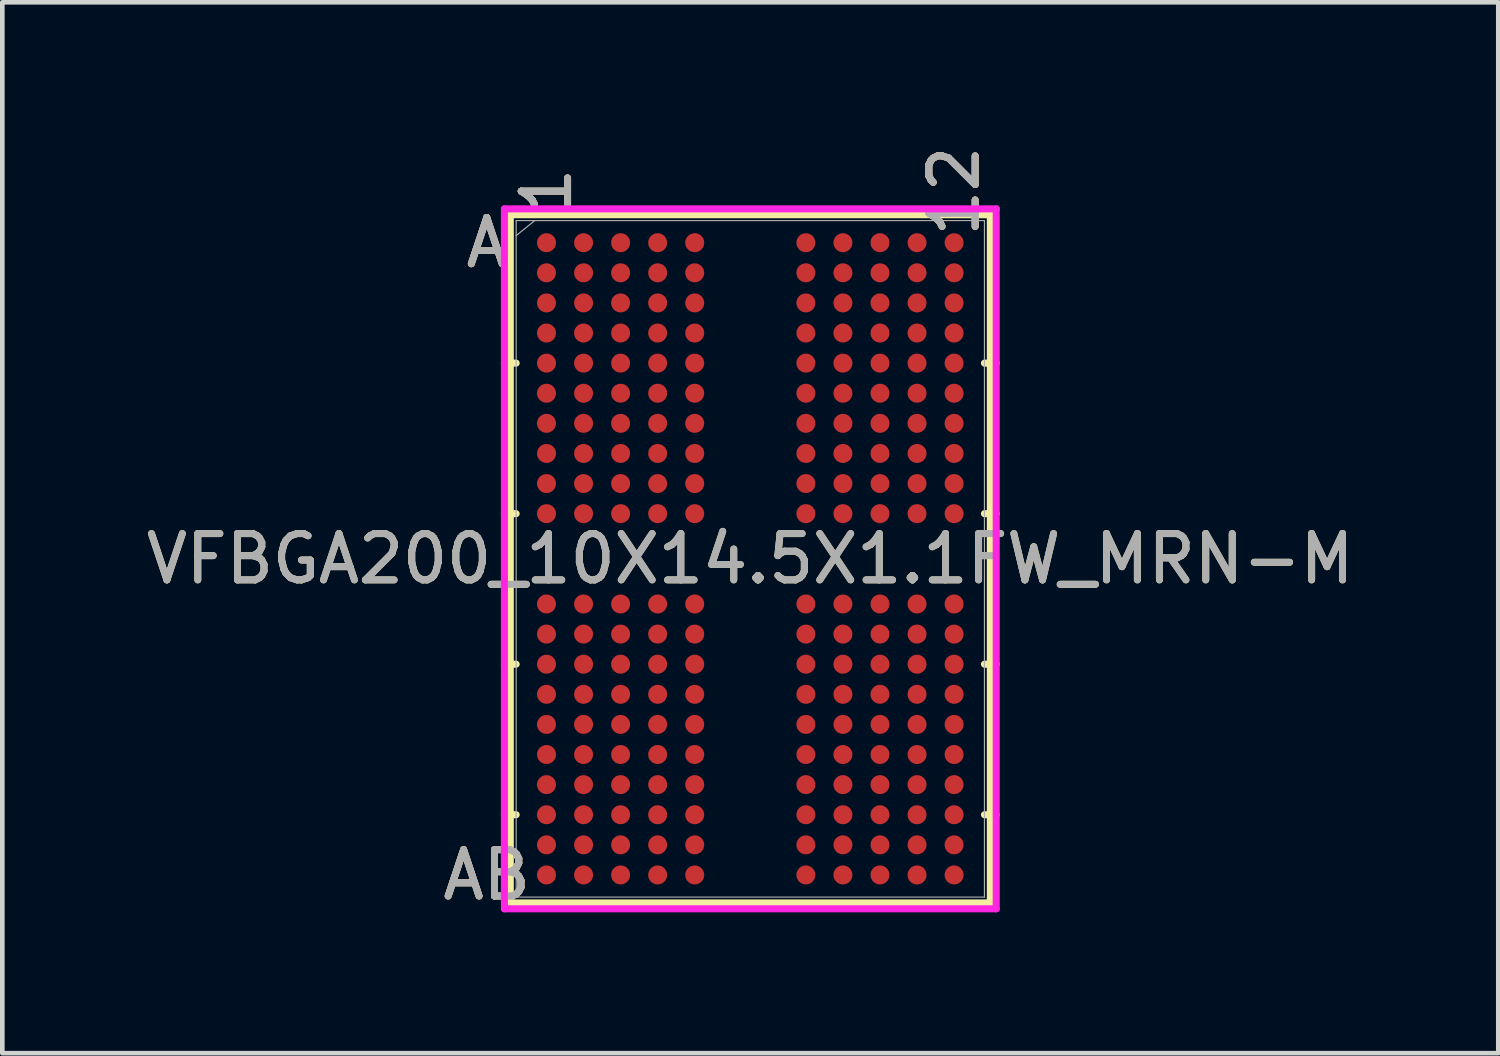
<source format=kicad_pcb>
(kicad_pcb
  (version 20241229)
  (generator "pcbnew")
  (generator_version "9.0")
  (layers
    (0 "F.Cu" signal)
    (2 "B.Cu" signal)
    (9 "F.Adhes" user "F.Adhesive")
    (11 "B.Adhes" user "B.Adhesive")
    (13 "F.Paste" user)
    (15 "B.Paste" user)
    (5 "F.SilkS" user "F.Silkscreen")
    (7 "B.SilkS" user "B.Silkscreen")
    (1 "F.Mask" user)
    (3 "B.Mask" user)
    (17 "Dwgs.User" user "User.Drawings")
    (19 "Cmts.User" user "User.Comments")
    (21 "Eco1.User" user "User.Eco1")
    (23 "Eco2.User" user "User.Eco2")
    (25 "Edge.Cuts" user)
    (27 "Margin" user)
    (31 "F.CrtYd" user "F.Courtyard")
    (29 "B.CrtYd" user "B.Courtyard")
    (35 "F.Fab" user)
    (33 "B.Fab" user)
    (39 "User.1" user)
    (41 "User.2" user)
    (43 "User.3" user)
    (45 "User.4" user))
  (footprint "VFBGA200_10X14.5X1.1FW_MRN-M"
    (layer "F.Cu")
    (at 13.149 9.015)
    (property "Reference" "VFBGA200_10X14.5X1.1FW_MRN-M" (at 0 0 0) (unlocked yes) (layer "F.SilkS") (effects (font (size 1 1) (thickness 0.15))))
    (attr smd)
    (fp_line (start -5.182 -7.429) (end -5.182 7.429) (stroke (width 0.152) (type solid)) (layer "F.SilkS"))
    (fp_line (start -5.182 7.429) (end 5.182 7.429) (stroke (width 0.152) (type solid)) (layer "F.SilkS"))
    (fp_line (start -5.055 -4.225) (end -5.309 -4.225) (stroke (width 0.152) (type solid)) (layer "F.SilkS"))
    (fp_line (start -5.055 -0.975) (end -5.309 -0.975) (stroke (width 0.152) (type solid)) (layer "F.SilkS"))
    (fp_line (start -5.055 2.275) (end -5.309 2.275) (stroke (width 0.152) (type solid)) (layer "F.SilkS"))
    (fp_line (start -5.055 5.525) (end -5.309 5.525) (stroke (width 0.152) (type solid)) (layer "F.SilkS"))
    (fp_line (start 5.055 -4.225) (end 5.309 -4.225) (stroke (width 0.152) (type solid)) (layer "F.SilkS"))
    (fp_line (start 5.055 -0.975) (end 5.309 -0.975) (stroke (width 0.152) (type solid)) (layer "F.SilkS"))
    (fp_line (start 5.055 2.275) (end 5.309 2.275) (stroke (width 0.152) (type solid)) (layer "F.SilkS"))
    (fp_line (start 5.055 5.525) (end 5.309 5.525) (stroke (width 0.152) (type solid)) (layer "F.SilkS"))
    (fp_line (start 5.182 -7.429) (end -5.182 -7.429) (stroke (width 0.152) (type solid)) (layer "F.SilkS"))
    (fp_line (start 5.182 7.429) (end 5.182 -7.429) (stroke (width 0.152) (type solid)) (layer "F.SilkS"))
    (fp_poly (pts (xy -5.245 -7.595) (xy 5.245 -7.595) (xy 5.245 7.595) (xy -5.245 7.595)) (stroke (width 0.1) (type solid)) (fill no) (layer "Eco2.User"))
    (fp_line (start -5.309 -7.556) (end 5.309 -7.556) (stroke (width 0.152) (type solid)) (layer "F.CrtYd"))
    (fp_line (start -5.309 7.556) (end -5.309 -7.556) (stroke (width 0.152) (type solid)) (layer "F.CrtYd"))
    (fp_line (start 5.309 -7.556) (end 5.309 7.556) (stroke (width 0.152) (type solid)) (layer "F.CrtYd"))
    (fp_line (start 5.309 7.556) (end -5.309 7.556) (stroke (width 0.152) (type solid)) (layer "F.CrtYd"))
    (fp_line (start -5.055 -7.303) (end -5.055 7.303) (stroke (width 0.025) (type solid)) (layer "F.Fab"))
    (fp_line (start -5.055 7.303) (end 5.055 7.303) (stroke (width 0.025) (type solid)) (layer "F.Fab"))
    (fp_line (start -4.655 -7.303) (end -5.055 -6.978) (stroke (width 0.025) (type solid)) (layer "F.Fab"))
    (fp_line (start 5.055 -7.303) (end -5.055 -7.303) (stroke (width 0.025) (type solid)) (layer "F.Fab"))
    (fp_line (start 5.055 7.303) (end 5.055 -7.303) (stroke (width 0.025) (type solid)) (layer "F.Fab"))
    (fp_text user "A" (at -5.69 -6.825 0) (unlocked yes) (layer "F.SilkS") (effects (font (size 1 1) (thickness 0.15))))
    (fp_text user "AB" (at -5.69 6.825 0) (unlocked yes) (layer "F.SilkS") (effects (font (size 1 1) (thickness 0.15))))
    (fp_text user "12" (at 4.4 -7.938 90) (unlocked yes) (layer "F.SilkS") (effects (font (size 1 1) (thickness 0.15))))
    (fp_text user "1" (at -4.4 -7.938 90) (unlocked yes) (layer "F.SilkS") (effects (font (size 1 1) (thickness 0.15))))
    (fp_text user "1" (at -4.4 -7.938 90) (unlocked yes) (layer "B.SilkS") (effects (font (size 1 1) (thickness 0.15))))
    (fp_text user "12" (at 4.4 -7.938 90) (unlocked yes) (layer "B.SilkS") (effects (font (size 1 1) (thickness 0.15))))
    (fp_text user "AB" (at -5.69 6.825 0) (unlocked yes) (layer "B.SilkS") (effects (font (size 1 1) (thickness 0.15))))
    (fp_text user "A" (at -5.69 -6.825 0) (unlocked yes) (layer "B.SilkS") (effects (font (size 1 1) (thickness 0.15))))
    (fp_text user "A" (at -5.69 -6.825 0) (unlocked yes) (layer "F.Fab") (effects (font (size 1 1) (thickness 0.15))))
    (fp_text user "${REFERENCE}" (at 0 0 0) (unlocked yes) (layer "F.Fab") (effects (font (size 1 1) (thickness 0.15))))
    (fp_text user "AB" (at -5.69 6.825 0) (unlocked yes) (layer "F.Fab") (effects (font (size 1 1) (thickness 0.15))))
    (fp_text user "12" (at 4.4 -7.938 90) (unlocked yes) (layer "F.Fab") (effects (font (size 1 1) (thickness 0.15))))
    (fp_text user "1" (at -4.4 -7.938 90) (unlocked yes) (layer "F.Fab") (effects (font (size 1 1) (thickness 0.15))))
    (pad "A1" smd circle (at -4.4 -6.825) (size 0.41 0.41) (layers "F.Cu" "F.Mask" "F.Paste"))
    (pad "A2" smd circle (at -3.6 -6.825) (size 0.41 0.41) (layers "F.Cu" "F.Mask" "F.Paste"))
    (pad "A3" smd circle (at -2.8 -6.825) (size 0.41 0.41) (layers "F.Cu" "F.Mask" "F.Paste"))
    (pad "A4" smd circle (at -2 -6.825) (size 0.41 0.41) (layers "F.Cu" "F.Mask" "F.Paste"))
    (pad "A5" smd circle (at -1.2 -6.825) (size 0.41 0.41) (layers "F.Cu" "F.Mask" "F.Paste"))
    (pad "A8" smd circle (at 1.2 -6.825) (size 0.41 0.41) (layers "F.Cu" "F.Mask" "F.Paste"))
    (pad "A9" smd circle (at 2 -6.825) (size 0.41 0.41) (layers "F.Cu" "F.Mask" "F.Paste"))
    (pad "A10" smd circle (at 2.8 -6.825) (size 0.41 0.41) (layers "F.Cu" "F.Mask" "F.Paste"))
    (pad "A11" smd circle (at 3.6 -6.825) (size 0.41 0.41) (layers "F.Cu" "F.Mask" "F.Paste"))
    (pad "A12" smd circle (at 4.4 -6.825) (size 0.41 0.41) (layers "F.Cu" "F.Mask" "F.Paste"))
    (pad "AA1" smd circle (at -4.4 6.175) (size 0.41 0.41) (layers "F.Cu" "F.Mask" "F.Paste"))
    (pad "AA2" smd circle (at -3.6 6.175) (size 0.41 0.41) (layers "F.Cu" "F.Mask" "F.Paste"))
    (pad "AA3" smd circle (at -2.8 6.175) (size 0.41 0.41) (layers "F.Cu" "F.Mask" "F.Paste"))
    (pad "AA4" smd circle (at -2 6.175) (size 0.41 0.41) (layers "F.Cu" "F.Mask" "F.Paste"))
    (pad "AA5" smd circle (at -1.2 6.175) (size 0.41 0.41) (layers "F.Cu" "F.Mask" "F.Paste"))
    (pad "AA8" smd circle (at 1.2 6.175) (size 0.41 0.41) (layers "F.Cu" "F.Mask" "F.Paste"))
    (pad "AA9" smd circle (at 2 6.175) (size 0.41 0.41) (layers "F.Cu" "F.Mask" "F.Paste"))
    (pad "AA10" smd circle (at 2.8 6.175) (size 0.41 0.41) (layers "F.Cu" "F.Mask" "F.Paste"))
    (pad "AA11" smd circle (at 3.6 6.175) (size 0.41 0.41) (layers "F.Cu" "F.Mask" "F.Paste"))
    (pad "AA12" smd circle (at 4.4 6.175) (size 0.41 0.41) (layers "F.Cu" "F.Mask" "F.Paste"))
    (pad "AB1" smd circle (at -4.4 6.825) (size 0.41 0.41) (layers "F.Cu" "F.Mask" "F.Paste"))
    (pad "AB2" smd circle (at -3.6 6.825) (size 0.41 0.41) (layers "F.Cu" "F.Mask" "F.Paste"))
    (pad "AB3" smd circle (at -2.8 6.825) (size 0.41 0.41) (layers "F.Cu" "F.Mask" "F.Paste"))
    (pad "AB4" smd circle (at -2 6.825) (size 0.41 0.41) (layers "F.Cu" "F.Mask" "F.Paste"))
    (pad "AB5" smd circle (at -1.2 6.825) (size 0.41 0.41) (layers "F.Cu" "F.Mask" "F.Paste"))
    (pad "AB8" smd circle (at 1.2 6.825) (size 0.41 0.41) (layers "F.Cu" "F.Mask" "F.Paste"))
    (pad "AB9" smd circle (at 2 6.825) (size 0.41 0.41) (layers "F.Cu" "F.Mask" "F.Paste"))
    (pad "AB10" smd circle (at 2.8 6.825) (size 0.41 0.41) (layers "F.Cu" "F.Mask" "F.Paste"))
    (pad "AB11" smd circle (at 3.6 6.825) (size 0.41 0.41) (layers "F.Cu" "F.Mask" "F.Paste"))
    (pad "AB12" smd circle (at 4.4 6.825) (size 0.41 0.41) (layers "F.Cu" "F.Mask" "F.Paste"))
    (pad "B1" smd circle (at -4.4 -6.175) (size 0.41 0.41) (layers "F.Cu" "F.Mask" "F.Paste"))
    (pad "B2" smd circle (at -3.6 -6.175) (size 0.41 0.41) (layers "F.Cu" "F.Mask" "F.Paste"))
    (pad "B3" smd circle (at -2.8 -6.175) (size 0.41 0.41) (layers "F.Cu" "F.Mask" "F.Paste"))
    (pad "B4" smd circle (at -2 -6.175) (size 0.41 0.41) (layers "F.Cu" "F.Mask" "F.Paste"))
    (pad "B5" smd circle (at -1.2 -6.175) (size 0.41 0.41) (layers "F.Cu" "F.Mask" "F.Paste"))
    (pad "B8" smd circle (at 1.2 -6.175) (size 0.41 0.41) (layers "F.Cu" "F.Mask" "F.Paste"))
    (pad "B9" smd circle (at 2 -6.175) (size 0.41 0.41) (layers "F.Cu" "F.Mask" "F.Paste"))
    (pad "B10" smd circle (at 2.8 -6.175) (size 0.41 0.41) (layers "F.Cu" "F.Mask" "F.Paste"))
    (pad "B11" smd circle (at 3.6 -6.175) (size 0.41 0.41) (layers "F.Cu" "F.Mask" "F.Paste"))
    (pad "B12" smd circle (at 4.4 -6.175) (size 0.41 0.41) (layers "F.Cu" "F.Mask" "F.Paste"))
    (pad "C1" smd circle (at -4.4 -5.525) (size 0.41 0.41) (layers "F.Cu" "F.Mask" "F.Paste"))
    (pad "C2" smd circle (at -3.6 -5.525) (size 0.41 0.41) (layers "F.Cu" "F.Mask" "F.Paste"))
    (pad "C3" smd circle (at -2.8 -5.525) (size 0.41 0.41) (layers "F.Cu" "F.Mask" "F.Paste"))
    (pad "C4" smd circle (at -2 -5.525) (size 0.41 0.41) (layers "F.Cu" "F.Mask" "F.Paste"))
    (pad "C5" smd circle (at -1.2 -5.525) (size 0.41 0.41) (layers "F.Cu" "F.Mask" "F.Paste"))
    (pad "C8" smd circle (at 1.2 -5.525) (size 0.41 0.41) (layers "F.Cu" "F.Mask" "F.Paste"))
    (pad "C9" smd circle (at 2 -5.525) (size 0.41 0.41) (layers "F.Cu" "F.Mask" "F.Paste"))
    (pad "C10" smd circle (at 2.8 -5.525) (size 0.41 0.41) (layers "F.Cu" "F.Mask" "F.Paste"))
    (pad "C11" smd circle (at 3.6 -5.525) (size 0.41 0.41) (layers "F.Cu" "F.Mask" "F.Paste"))
    (pad "C12" smd circle (at 4.4 -5.525) (size 0.41 0.41) (layers "F.Cu" "F.Mask" "F.Paste"))
    (pad "D1" smd circle (at -4.4 -4.875) (size 0.41 0.41) (layers "F.Cu" "F.Mask" "F.Paste"))
    (pad "D2" smd circle (at -3.6 -4.875) (size 0.41 0.41) (layers "F.Cu" "F.Mask" "F.Paste"))
    (pad "D3" smd circle (at -2.8 -4.875) (size 0.41 0.41) (layers "F.Cu" "F.Mask" "F.Paste"))
    (pad "D4" smd circle (at -2 -4.875) (size 0.41 0.41) (layers "F.Cu" "F.Mask" "F.Paste"))
    (pad "D5" smd circle (at -1.2 -4.875) (size 0.41 0.41) (layers "F.Cu" "F.Mask" "F.Paste"))
    (pad "D8" smd circle (at 1.2 -4.875) (size 0.41 0.41) (layers "F.Cu" "F.Mask" "F.Paste"))
    (pad "D9" smd circle (at 2 -4.875) (size 0.41 0.41) (layers "F.Cu" "F.Mask" "F.Paste"))
    (pad "D10" smd circle (at 2.8 -4.875) (size 0.41 0.41) (layers "F.Cu" "F.Mask" "F.Paste"))
    (pad "D11" smd circle (at 3.6 -4.875) (size 0.41 0.41) (layers "F.Cu" "F.Mask" "F.Paste"))
    (pad "D12" smd circle (at 4.4 -4.875) (size 0.41 0.41) (layers "F.Cu" "F.Mask" "F.Paste"))
    (pad "E1" smd circle (at -4.4 -4.225) (size 0.41 0.41) (layers "F.Cu" "F.Mask" "F.Paste"))
    (pad "E2" smd circle (at -3.6 -4.225) (size 0.41 0.41) (layers "F.Cu" "F.Mask" "F.Paste"))
    (pad "E3" smd circle (at -2.8 -4.225) (size 0.41 0.41) (layers "F.Cu" "F.Mask" "F.Paste"))
    (pad "E4" smd circle (at -2 -4.225) (size 0.41 0.41) (layers "F.Cu" "F.Mask" "F.Paste"))
    (pad "E5" smd circle (at -1.2 -4.225) (size 0.41 0.41) (layers "F.Cu" "F.Mask" "F.Paste"))
    (pad "E8" smd circle (at 1.2 -4.225) (size 0.41 0.41) (layers "F.Cu" "F.Mask" "F.Paste"))
    (pad "E9" smd circle (at 2 -4.225) (size 0.41 0.41) (layers "F.Cu" "F.Mask" "F.Paste"))
    (pad "E10" smd circle (at 2.8 -4.225) (size 0.41 0.41) (layers "F.Cu" "F.Mask" "F.Paste"))
    (pad "E11" smd circle (at 3.6 -4.225) (size 0.41 0.41) (layers "F.Cu" "F.Mask" "F.Paste"))
    (pad "E12" smd circle (at 4.4 -4.225) (size 0.41 0.41) (layers "F.Cu" "F.Mask" "F.Paste"))
    (pad "F1" smd circle (at -4.4 -3.575) (size 0.41 0.41) (layers "F.Cu" "F.Mask" "F.Paste"))
    (pad "F2" smd circle (at -3.6 -3.575) (size 0.41 0.41) (layers "F.Cu" "F.Mask" "F.Paste"))
    (pad "F3" smd circle (at -2.8 -3.575) (size 0.41 0.41) (layers "F.Cu" "F.Mask" "F.Paste"))
    (pad "F4" smd circle (at -2 -3.575) (size 0.41 0.41) (layers "F.Cu" "F.Mask" "F.Paste"))
    (pad "F5" smd circle (at -1.2 -3.575) (size 0.41 0.41) (layers "F.Cu" "F.Mask" "F.Paste"))
    (pad "F8" smd circle (at 1.2 -3.575) (size 0.41 0.41) (layers "F.Cu" "F.Mask" "F.Paste"))
    (pad "F9" smd circle (at 2 -3.575) (size 0.41 0.41) (layers "F.Cu" "F.Mask" "F.Paste"))
    (pad "F10" smd circle (at 2.8 -3.575) (size 0.41 0.41) (layers "F.Cu" "F.Mask" "F.Paste"))
    (pad "F11" smd circle (at 3.6 -3.575) (size 0.41 0.41) (layers "F.Cu" "F.Mask" "F.Paste"))
    (pad "F12" smd circle (at 4.4 -3.575) (size 0.41 0.41) (layers "F.Cu" "F.Mask" "F.Paste"))
    (pad "G1" smd circle (at -4.4 -2.925) (size 0.41 0.41) (layers "F.Cu" "F.Mask" "F.Paste"))
    (pad "G2" smd circle (at -3.6 -2.925) (size 0.41 0.41) (layers "F.Cu" "F.Mask" "F.Paste"))
    (pad "G3" smd circle (at -2.8 -2.925) (size 0.41 0.41) (layers "F.Cu" "F.Mask" "F.Paste"))
    (pad "G4" smd circle (at -2 -2.925) (size 0.41 0.41) (layers "F.Cu" "F.Mask" "F.Paste"))
    (pad "G5" smd circle (at -1.2 -2.925) (size 0.41 0.41) (layers "F.Cu" "F.Mask" "F.Paste"))
    (pad "G8" smd circle (at 1.2 -2.925) (size 0.41 0.41) (layers "F.Cu" "F.Mask" "F.Paste"))
    (pad "G9" smd circle (at 2 -2.925) (size 0.41 0.41) (layers "F.Cu" "F.Mask" "F.Paste"))
    (pad "G10" smd circle (at 2.8 -2.925) (size 0.41 0.41) (layers "F.Cu" "F.Mask" "F.Paste"))
    (pad "G11" smd circle (at 3.6 -2.925) (size 0.41 0.41) (layers "F.Cu" "F.Mask" "F.Paste"))
    (pad "G12" smd circle (at 4.4 -2.925) (size 0.41 0.41) (layers "F.Cu" "F.Mask" "F.Paste"))
    (pad "H1" smd circle (at -4.4 -2.275) (size 0.41 0.41) (layers "F.Cu" "F.Mask" "F.Paste"))
    (pad "H2" smd circle (at -3.6 -2.275) (size 0.41 0.41) (layers "F.Cu" "F.Mask" "F.Paste"))
    (pad "H3" smd circle (at -2.8 -2.275) (size 0.41 0.41) (layers "F.Cu" "F.Mask" "F.Paste"))
    (pad "H4" smd circle (at -2 -2.275) (size 0.41 0.41) (layers "F.Cu" "F.Mask" "F.Paste"))
    (pad "H5" smd circle (at -1.2 -2.275) (size 0.41 0.41) (layers "F.Cu" "F.Mask" "F.Paste"))
    (pad "H8" smd circle (at 1.2 -2.275) (size 0.41 0.41) (layers "F.Cu" "F.Mask" "F.Paste"))
    (pad "H9" smd circle (at 2 -2.275) (size 0.41 0.41) (layers "F.Cu" "F.Mask" "F.Paste"))
    (pad "H10" smd circle (at 2.8 -2.275) (size 0.41 0.41) (layers "F.Cu" "F.Mask" "F.Paste"))
    (pad "H11" smd circle (at 3.6 -2.275) (size 0.41 0.41) (layers "F.Cu" "F.Mask" "F.Paste"))
    (pad "H12" smd circle (at 4.4 -2.275) (size 0.41 0.41) (layers "F.Cu" "F.Mask" "F.Paste"))
    (pad "J1" smd circle (at -4.4 -1.625) (size 0.41 0.41) (layers "F.Cu" "F.Mask" "F.Paste"))
    (pad "J2" smd circle (at -3.6 -1.625) (size 0.41 0.41) (layers "F.Cu" "F.Mask" "F.Paste"))
    (pad "J3" smd circle (at -2.8 -1.625) (size 0.41 0.41) (layers "F.Cu" "F.Mask" "F.Paste"))
    (pad "J4" smd circle (at -2 -1.625) (size 0.41 0.41) (layers "F.Cu" "F.Mask" "F.Paste"))
    (pad "J5" smd circle (at -1.2 -1.625) (size 0.41 0.41) (layers "F.Cu" "F.Mask" "F.Paste"))
    (pad "J8" smd circle (at 1.2 -1.625) (size 0.41 0.41) (layers "F.Cu" "F.Mask" "F.Paste"))
    (pad "J9" smd circle (at 2 -1.625) (size 0.41 0.41) (layers "F.Cu" "F.Mask" "F.Paste"))
    (pad "J10" smd circle (at 2.8 -1.625) (size 0.41 0.41) (layers "F.Cu" "F.Mask" "F.Paste"))
    (pad "J11" smd circle (at 3.6 -1.625) (size 0.41 0.41) (layers "F.Cu" "F.Mask" "F.Paste"))
    (pad "J12" smd circle (at 4.4 -1.625) (size 0.41 0.41) (layers "F.Cu" "F.Mask" "F.Paste"))
    (pad "K1" smd circle (at -4.4 -0.975) (size 0.41 0.41) (layers "F.Cu" "F.Mask" "F.Paste"))
    (pad "K2" smd circle (at -3.6 -0.975) (size 0.41 0.41) (layers "F.Cu" "F.Mask" "F.Paste"))
    (pad "K3" smd circle (at -2.8 -0.975) (size 0.41 0.41) (layers "F.Cu" "F.Mask" "F.Paste"))
    (pad "K4" smd circle (at -2 -0.975) (size 0.41 0.41) (layers "F.Cu" "F.Mask" "F.Paste"))
    (pad "K5" smd circle (at -1.2 -0.975) (size 0.41 0.41) (layers "F.Cu" "F.Mask" "F.Paste"))
    (pad "K8" smd circle (at 1.2 -0.975) (size 0.41 0.41) (layers "F.Cu" "F.Mask" "F.Paste"))
    (pad "K9" smd circle (at 2 -0.975) (size 0.41 0.41) (layers "F.Cu" "F.Mask" "F.Paste"))
    (pad "K10" smd circle (at 2.8 -0.975) (size 0.41 0.41) (layers "F.Cu" "F.Mask" "F.Paste"))
    (pad "K11" smd circle (at 3.6 -0.975) (size 0.41 0.41) (layers "F.Cu" "F.Mask" "F.Paste"))
    (pad "K12" smd circle (at 4.4 -0.975) (size 0.41 0.41) (layers "F.Cu" "F.Mask" "F.Paste"))
    (pad "N1" smd circle (at -4.4 0.975) (size 0.41 0.41) (layers "F.Cu" "F.Mask" "F.Paste"))
    (pad "N2" smd circle (at -3.6 0.975) (size 0.41 0.41) (layers "F.Cu" "F.Mask" "F.Paste"))
    (pad "N3" smd circle (at -2.8 0.975) (size 0.41 0.41) (layers "F.Cu" "F.Mask" "F.Paste"))
    (pad "N4" smd circle (at -2 0.975) (size 0.41 0.41) (layers "F.Cu" "F.Mask" "F.Paste"))
    (pad "N5" smd circle (at -1.2 0.975) (size 0.41 0.41) (layers "F.Cu" "F.Mask" "F.Paste"))
    (pad "N8" smd circle (at 1.2 0.975) (size 0.41 0.41) (layers "F.Cu" "F.Mask" "F.Paste"))
    (pad "N9" smd circle (at 2 0.975) (size 0.41 0.41) (layers "F.Cu" "F.Mask" "F.Paste"))
    (pad "N10" smd circle (at 2.8 0.975) (size 0.41 0.41) (layers "F.Cu" "F.Mask" "F.Paste"))
    (pad "N11" smd circle (at 3.6 0.975) (size 0.41 0.41) (layers "F.Cu" "F.Mask" "F.Paste"))
    (pad "N12" smd circle (at 4.4 0.975) (size 0.41 0.41) (layers "F.Cu" "F.Mask" "F.Paste"))
    (pad "P1" smd circle (at -4.4 1.625) (size 0.41 0.41) (layers "F.Cu" "F.Mask" "F.Paste"))
    (pad "P2" smd circle (at -3.6 1.625) (size 0.41 0.41) (layers "F.Cu" "F.Mask" "F.Paste"))
    (pad "P3" smd circle (at -2.8 1.625) (size 0.41 0.41) (layers "F.Cu" "F.Mask" "F.Paste"))
    (pad "P4" smd circle (at -2 1.625) (size 0.41 0.41) (layers "F.Cu" "F.Mask" "F.Paste"))
    (pad "P5" smd circle (at -1.2 1.625) (size 0.41 0.41) (layers "F.Cu" "F.Mask" "F.Paste"))
    (pad "P8" smd circle (at 1.2 1.625) (size 0.41 0.41) (layers "F.Cu" "F.Mask" "F.Paste"))
    (pad "P9" smd circle (at 2 1.625) (size 0.41 0.41) (layers "F.Cu" "F.Mask" "F.Paste"))
    (pad "P10" smd circle (at 2.8 1.625) (size 0.41 0.41) (layers "F.Cu" "F.Mask" "F.Paste"))
    (pad "P11" smd circle (at 3.6 1.625) (size 0.41 0.41) (layers "F.Cu" "F.Mask" "F.Paste"))
    (pad "P12" smd circle (at 4.4 1.625) (size 0.41 0.41) (layers "F.Cu" "F.Mask" "F.Paste"))
    (pad "R1" smd circle (at -4.4 2.275) (size 0.41 0.41) (layers "F.Cu" "F.Mask" "F.Paste"))
    (pad "R2" smd circle (at -3.6 2.275) (size 0.41 0.41) (layers "F.Cu" "F.Mask" "F.Paste"))
    (pad "R3" smd circle (at -2.8 2.275) (size 0.41 0.41) (layers "F.Cu" "F.Mask" "F.Paste"))
    (pad "R4" smd circle (at -2 2.275) (size 0.41 0.41) (layers "F.Cu" "F.Mask" "F.Paste"))
    (pad "R5" smd circle (at -1.2 2.275) (size 0.41 0.41) (layers "F.Cu" "F.Mask" "F.Paste"))
    (pad "R8" smd circle (at 1.2 2.275) (size 0.41 0.41) (layers "F.Cu" "F.Mask" "F.Paste"))
    (pad "R9" smd circle (at 2 2.275) (size 0.41 0.41) (layers "F.Cu" "F.Mask" "F.Paste"))
    (pad "R10" smd circle (at 2.8 2.275) (size 0.41 0.41) (layers "F.Cu" "F.Mask" "F.Paste"))
    (pad "R11" smd circle (at 3.6 2.275) (size 0.41 0.41) (layers "F.Cu" "F.Mask" "F.Paste"))
    (pad "R12" smd circle (at 4.4 2.275) (size 0.41 0.41) (layers "F.Cu" "F.Mask" "F.Paste"))
    (pad "T1" smd circle (at -4.4 2.925) (size 0.41 0.41) (layers "F.Cu" "F.Mask" "F.Paste"))
    (pad "T2" smd circle (at -3.6 2.925) (size 0.41 0.41) (layers "F.Cu" "F.Mask" "F.Paste"))
    (pad "T3" smd circle (at -2.8 2.925) (size 0.41 0.41) (layers "F.Cu" "F.Mask" "F.Paste"))
    (pad "T4" smd circle (at -2 2.925) (size 0.41 0.41) (layers "F.Cu" "F.Mask" "F.Paste"))
    (pad "T5" smd circle (at -1.2 2.925) (size 0.41 0.41) (layers "F.Cu" "F.Mask" "F.Paste"))
    (pad "T8" smd circle (at 1.2 2.925) (size 0.41 0.41) (layers "F.Cu" "F.Mask" "F.Paste"))
    (pad "T9" smd circle (at 2 2.925) (size 0.41 0.41) (layers "F.Cu" "F.Mask" "F.Paste"))
    (pad "T10" smd circle (at 2.8 2.925) (size 0.41 0.41) (layers "F.Cu" "F.Mask" "F.Paste"))
    (pad "T11" smd circle (at 3.6 2.925) (size 0.41 0.41) (layers "F.Cu" "F.Mask" "F.Paste"))
    (pad "T12" smd circle (at 4.4 2.925) (size 0.41 0.41) (layers "F.Cu" "F.Mask" "F.Paste"))
    (pad "U1" smd circle (at -4.4 3.575) (size 0.41 0.41) (layers "F.Cu" "F.Mask" "F.Paste"))
    (pad "U2" smd circle (at -3.6 3.575) (size 0.41 0.41) (layers "F.Cu" "F.Mask" "F.Paste"))
    (pad "U3" smd circle (at -2.8 3.575) (size 0.41 0.41) (layers "F.Cu" "F.Mask" "F.Paste"))
    (pad "U4" smd circle (at -2 3.575) (size 0.41 0.41) (layers "F.Cu" "F.Mask" "F.Paste"))
    (pad "U5" smd circle (at -1.2 3.575) (size 0.41 0.41) (layers "F.Cu" "F.Mask" "F.Paste"))
    (pad "U8" smd circle (at 1.2 3.575) (size 0.41 0.41) (layers "F.Cu" "F.Mask" "F.Paste"))
    (pad "U9" smd circle (at 2 3.575) (size 0.41 0.41) (layers "F.Cu" "F.Mask" "F.Paste"))
    (pad "U10" smd circle (at 2.8 3.575) (size 0.41 0.41) (layers "F.Cu" "F.Mask" "F.Paste"))
    (pad "U11" smd circle (at 3.6 3.575) (size 0.41 0.41) (layers "F.Cu" "F.Mask" "F.Paste"))
    (pad "U12" smd circle (at 4.4 3.575) (size 0.41 0.41) (layers "F.Cu" "F.Mask" "F.Paste"))
    (pad "V1" smd circle (at -4.4 4.225) (size 0.41 0.41) (layers "F.Cu" "F.Mask" "F.Paste"))
    (pad "V2" smd circle (at -3.6 4.225) (size 0.41 0.41) (layers "F.Cu" "F.Mask" "F.Paste"))
    (pad "V3" smd circle (at -2.8 4.225) (size 0.41 0.41) (layers "F.Cu" "F.Mask" "F.Paste"))
    (pad "V4" smd circle (at -2 4.225) (size 0.41 0.41) (layers "F.Cu" "F.Mask" "F.Paste"))
    (pad "V5" smd circle (at -1.2 4.225) (size 0.41 0.41) (layers "F.Cu" "F.Mask" "F.Paste"))
    (pad "V8" smd circle (at 1.2 4.225) (size 0.41 0.41) (layers "F.Cu" "F.Mask" "F.Paste"))
    (pad "V9" smd circle (at 2 4.225) (size 0.41 0.41) (layers "F.Cu" "F.Mask" "F.Paste"))
    (pad "V10" smd circle (at 2.8 4.225) (size 0.41 0.41) (layers "F.Cu" "F.Mask" "F.Paste"))
    (pad "V11" smd circle (at 3.6 4.225) (size 0.41 0.41) (layers "F.Cu" "F.Mask" "F.Paste"))
    (pad "V12" smd circle (at 4.4 4.225) (size 0.41 0.41) (layers "F.Cu" "F.Mask" "F.Paste"))
    (pad "W1" smd circle (at -4.4 4.875) (size 0.41 0.41) (layers "F.Cu" "F.Mask" "F.Paste"))
    (pad "W2" smd circle (at -3.6 4.875) (size 0.41 0.41) (layers "F.Cu" "F.Mask" "F.Paste"))
    (pad "W3" smd circle (at -2.8 4.875) (size 0.41 0.41) (layers "F.Cu" "F.Mask" "F.Paste"))
    (pad "W4" smd circle (at -2 4.875) (size 0.41 0.41) (layers "F.Cu" "F.Mask" "F.Paste"))
    (pad "W5" smd circle (at -1.2 4.875) (size 0.41 0.41) (layers "F.Cu" "F.Mask" "F.Paste"))
    (pad "W8" smd circle (at 1.2 4.875) (size 0.41 0.41) (layers "F.Cu" "F.Mask" "F.Paste"))
    (pad "W9" smd circle (at 2 4.875) (size 0.41 0.41) (layers "F.Cu" "F.Mask" "F.Paste"))
    (pad "W10" smd circle (at 2.8 4.875) (size 0.41 0.41) (layers "F.Cu" "F.Mask" "F.Paste"))
    (pad "W11" smd circle (at 3.6 4.875) (size 0.41 0.41) (layers "F.Cu" "F.Mask" "F.Paste"))
    (pad "W12" smd circle (at 4.4 4.875) (size 0.41 0.41) (layers "F.Cu" "F.Mask" "F.Paste"))
    (pad "Y1" smd circle (at -4.4 5.525) (size 0.41 0.41) (layers "F.Cu" "F.Mask" "F.Paste"))
    (pad "Y2" smd circle (at -3.6 5.525) (size 0.41 0.41) (layers "F.Cu" "F.Mask" "F.Paste"))
    (pad "Y3" smd circle (at -2.8 5.525) (size 0.41 0.41) (layers "F.Cu" "F.Mask" "F.Paste"))
    (pad "Y4" smd circle (at -2 5.525) (size 0.41 0.41) (layers "F.Cu" "F.Mask" "F.Paste"))
    (pad "Y5" smd circle (at -1.2 5.525) (size 0.41 0.41) (layers "F.Cu" "F.Mask" "F.Paste"))
    (pad "Y8" smd circle (at 1.2 5.525) (size 0.41 0.41) (layers "F.Cu" "F.Mask" "F.Paste"))
    (pad "Y9" smd circle (at 2 5.525) (size 0.41 0.41) (layers "F.Cu" "F.Mask" "F.Paste"))
    (pad "Y10" smd circle (at 2.8 5.525) (size 0.41 0.41) (layers "F.Cu" "F.Mask" "F.Paste"))
    (pad "Y11" smd circle (at 3.6 5.525) (size 0.41 0.41) (layers "F.Cu" "F.Mask" "F.Paste"))
    (pad "Y12" smd circle (at 4.4 5.525) (size 0.41 0.41) (layers "F.Cu" "F.Mask" "F.Paste")))
  (gr_rect
    (start -3 -3)
    (end 29.298 19.688)
    (stroke (width 0.1) (type default))
    (fill no)
    (layer "Edge.Cuts")))
</source>
